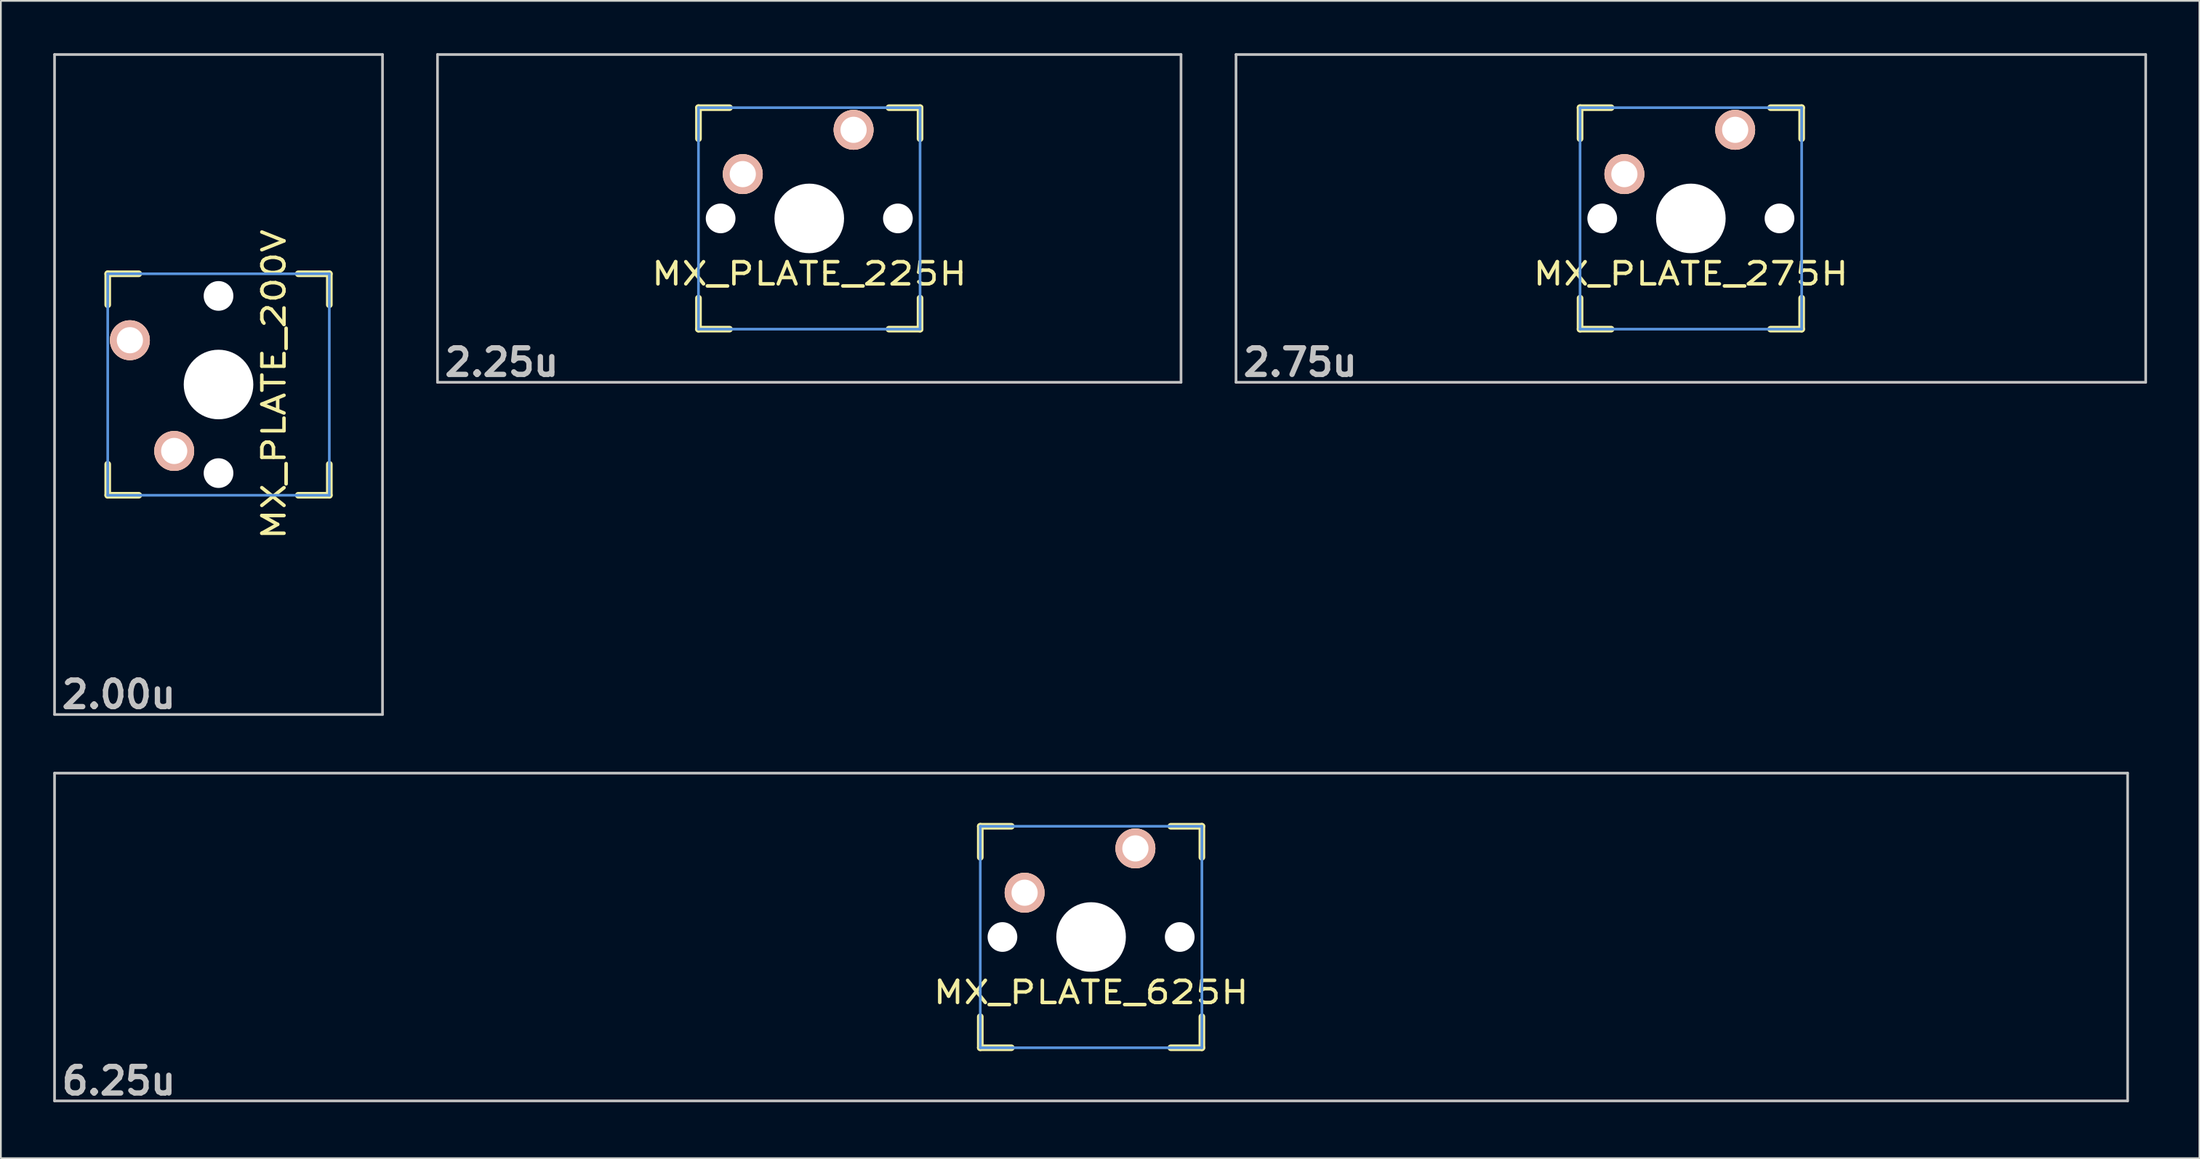
<source format=kicad_pcb>
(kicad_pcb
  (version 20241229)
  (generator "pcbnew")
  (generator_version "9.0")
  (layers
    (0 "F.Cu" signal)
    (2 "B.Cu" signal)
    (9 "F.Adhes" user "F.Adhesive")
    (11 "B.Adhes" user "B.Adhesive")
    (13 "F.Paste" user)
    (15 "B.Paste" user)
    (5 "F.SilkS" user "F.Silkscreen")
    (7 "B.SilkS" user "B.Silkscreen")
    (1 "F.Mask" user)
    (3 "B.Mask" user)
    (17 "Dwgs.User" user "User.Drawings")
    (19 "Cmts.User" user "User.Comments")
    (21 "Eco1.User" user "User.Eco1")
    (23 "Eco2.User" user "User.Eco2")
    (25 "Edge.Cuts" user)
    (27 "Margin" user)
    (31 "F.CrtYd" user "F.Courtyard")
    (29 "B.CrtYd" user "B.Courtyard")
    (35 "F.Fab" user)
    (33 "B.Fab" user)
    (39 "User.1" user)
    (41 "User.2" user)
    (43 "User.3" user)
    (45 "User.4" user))
  (footprint "MX_PLATE_225H"
    (layer "F.Cu")
    (at 43.33 9.474)
    (property "Reference" "MX_PLATE_225H" (at 0 3.175 0) (layer "F.SilkS") (effects (font (size 1.27 1.524) (thickness 0.203))))
    (attr through_hole)
    (fp_line (start -6.35 -6.35) (end -4.572 -6.35) (stroke (width 0.381) (type solid)) (layer "F.SilkS"))
    (fp_line (start -6.35 -4.572) (end -6.35 -6.35) (stroke (width 0.381) (type solid)) (layer "F.SilkS"))
    (fp_line (start -6.35 6.35) (end -6.35 4.572) (stroke (width 0.381) (type solid)) (layer "F.SilkS"))
    (fp_line (start -4.572 6.35) (end -6.35 6.35) (stroke (width 0.381) (type solid)) (layer "F.SilkS"))
    (fp_line (start 4.572 -6.35) (end 6.35 -6.35) (stroke (width 0.381) (type solid)) (layer "F.SilkS"))
    (fp_line (start 6.35 -6.35) (end 6.35 -4.572) (stroke (width 0.381) (type solid)) (layer "F.SilkS"))
    (fp_line (start 6.35 4.572) (end 6.35 6.35) (stroke (width 0.381) (type solid)) (layer "F.SilkS"))
    (fp_line (start 6.35 6.35) (end 4.572 6.35) (stroke (width 0.381) (type solid)) (layer "F.SilkS"))
    (fp_line (start -21.306 -9.398) (end 21.306 -9.398) (stroke (width 0.152) (type solid)) (layer "Dwgs.User"))
    (fp_line (start -21.306 9.398) (end -21.306 -9.398) (stroke (width 0.152) (type solid)) (layer "Dwgs.User"))
    (fp_line (start 21.306 -9.398) (end 21.306 9.398) (stroke (width 0.152) (type solid)) (layer "Dwgs.User"))
    (fp_line (start 21.306 9.398) (end -21.306 9.398) (stroke (width 0.152) (type solid)) (layer "Dwgs.User"))
    (fp_line (start -6.35 -6.35) (end 6.35 -6.35) (stroke (width 0.152) (type solid)) (layer "Cmts.User"))
    (fp_line (start -6.35 6.35) (end -6.35 -6.35) (stroke (width 0.152) (type solid)) (layer "Cmts.User"))
    (fp_line (start 6.35 -6.35) (end 6.35 6.35) (stroke (width 0.152) (type solid)) (layer "Cmts.User"))
    (fp_line (start 6.35 6.35) (end -6.35 6.35) (stroke (width 0.152) (type solid)) (layer "Cmts.User"))
    (fp_text user "2.25u" (at -17.623 8.255 0) (layer "Dwgs.User") (effects (font (size 1.524 1.524) (thickness 0.305))))
    (pad "" np_thru_hole circle (at -5.08 0) (size 1.702 1.702) (drill 1.702) (layers "*.Cu"))
    (pad "" np_thru_hole circle (at 0 0) (size 3.988 3.988) (drill 3.988) (layers "*.Cu"))
    (pad "" np_thru_hole circle (at 5.08 0) (size 1.702 1.702) (drill 1.702) (layers "*.Cu"))
    (pad "1" thru_hole circle (at 2.54 -5.08) (size 2.286 2.286) (drill 1.499) (layers "*.Cu" "*.SilkS" "*.Mask"))
    (pad "2" thru_hole circle (at -3.81 -2.54) (size 2.286 2.286) (drill 1.499) (layers "*.Cu" "*.SilkS" "*.Mask")))
  (footprint "MX_PLATE_625H"
    (layer "F.Cu")
    (at 59.482 50.68)
    (property "Reference" "MX_PLATE_625H" (at 0 3.175 0) (layer "F.SilkS") (effects (font (size 1.27 1.524) (thickness 0.203))))
    (attr through_hole)
    (fp_line (start -6.35 -6.35) (end -4.572 -6.35) (stroke (width 0.381) (type solid)) (layer "F.SilkS"))
    (fp_line (start -6.35 -4.572) (end -6.35 -6.35) (stroke (width 0.381) (type solid)) (layer "F.SilkS"))
    (fp_line (start -6.35 6.35) (end -6.35 4.572) (stroke (width 0.381) (type solid)) (layer "F.SilkS"))
    (fp_line (start -4.572 6.35) (end -6.35 6.35) (stroke (width 0.381) (type solid)) (layer "F.SilkS"))
    (fp_line (start 4.572 -6.35) (end 6.35 -6.35) (stroke (width 0.381) (type solid)) (layer "F.SilkS"))
    (fp_line (start 6.35 -6.35) (end 6.35 -4.572) (stroke (width 0.381) (type solid)) (layer "F.SilkS"))
    (fp_line (start 6.35 4.572) (end 6.35 6.35) (stroke (width 0.381) (type solid)) (layer "F.SilkS"))
    (fp_line (start 6.35 6.35) (end 4.572 6.35) (stroke (width 0.381) (type solid)) (layer "F.SilkS"))
    (fp_line (start -59.406 -9.398) (end 59.406 -9.398) (stroke (width 0.152) (type solid)) (layer "Dwgs.User"))
    (fp_line (start -59.406 9.398) (end -59.406 -9.398) (stroke (width 0.152) (type solid)) (layer "Dwgs.User"))
    (fp_line (start 59.406 -9.398) (end 59.406 9.398) (stroke (width 0.152) (type solid)) (layer "Dwgs.User"))
    (fp_line (start 59.406 9.398) (end -59.406 9.398) (stroke (width 0.152) (type solid)) (layer "Dwgs.User"))
    (fp_line (start -6.35 -6.35) (end 6.35 -6.35) (stroke (width 0.152) (type solid)) (layer "Cmts.User"))
    (fp_line (start -6.35 6.35) (end -6.35 -6.35) (stroke (width 0.152) (type solid)) (layer "Cmts.User"))
    (fp_line (start 6.35 -6.35) (end 6.35 6.35) (stroke (width 0.152) (type solid)) (layer "Cmts.User"))
    (fp_line (start 6.35 6.35) (end -6.35 6.35) (stroke (width 0.152) (type solid)) (layer "Cmts.User"))
    (fp_text user "6.25u" (at -55.723 8.255 0) (layer "Dwgs.User") (effects (font (size 1.524 1.524) (thickness 0.305))))
    (pad "" np_thru_hole circle (at -5.08 0) (size 1.702 1.702) (drill 1.702) (layers "*.Cu"))
    (pad "" np_thru_hole circle (at 0 0) (size 3.988 3.988) (drill 3.988) (layers "*.Cu"))
    (pad "" np_thru_hole circle (at 5.08 0) (size 1.702 1.702) (drill 1.702) (layers "*.Cu"))
    (pad "1" thru_hole circle (at 2.54 -5.08) (size 2.286 2.286) (drill 1.499) (layers "*.Cu" "*.SilkS" "*.Mask"))
    (pad "2" thru_hole circle (at -3.81 -2.54) (size 2.286 2.286) (drill 1.499) (layers "*.Cu" "*.SilkS" "*.Mask")))
  (footprint "MX_PLATE_275H"
    (layer "F.Cu")
    (at 93.856 9.474)
    (property "Reference" "MX_PLATE_275H" (at 0 3.175 0) (layer "F.SilkS") (effects (font (size 1.27 1.524) (thickness 0.203))))
    (attr through_hole)
    (fp_line (start -6.35 -6.35) (end -4.572 -6.35) (stroke (width 0.381) (type solid)) (layer "F.SilkS"))
    (fp_line (start -6.35 -4.572) (end -6.35 -6.35) (stroke (width 0.381) (type solid)) (layer "F.SilkS"))
    (fp_line (start -6.35 6.35) (end -6.35 4.572) (stroke (width 0.381) (type solid)) (layer "F.SilkS"))
    (fp_line (start -4.572 6.35) (end -6.35 6.35) (stroke (width 0.381) (type solid)) (layer "F.SilkS"))
    (fp_line (start 4.572 -6.35) (end 6.35 -6.35) (stroke (width 0.381) (type solid)) (layer "F.SilkS"))
    (fp_line (start 6.35 -6.35) (end 6.35 -4.572) (stroke (width 0.381) (type solid)) (layer "F.SilkS"))
    (fp_line (start 6.35 4.572) (end 6.35 6.35) (stroke (width 0.381) (type solid)) (layer "F.SilkS"))
    (fp_line (start 6.35 6.35) (end 4.572 6.35) (stroke (width 0.381) (type solid)) (layer "F.SilkS"))
    (fp_line (start -26.068 -9.398) (end 26.068 -9.398) (stroke (width 0.152) (type solid)) (layer "Dwgs.User"))
    (fp_line (start -26.068 9.398) (end -26.068 -9.398) (stroke (width 0.152) (type solid)) (layer "Dwgs.User"))
    (fp_line (start 26.068 -9.398) (end 26.068 9.398) (stroke (width 0.152) (type solid)) (layer "Dwgs.User"))
    (fp_line (start 26.068 9.398) (end -26.068 9.398) (stroke (width 0.152) (type solid)) (layer "Dwgs.User"))
    (fp_line (start -6.35 -6.35) (end 6.35 -6.35) (stroke (width 0.152) (type solid)) (layer "Cmts.User"))
    (fp_line (start -6.35 6.35) (end -6.35 -6.35) (stroke (width 0.152) (type solid)) (layer "Cmts.User"))
    (fp_line (start 6.35 -6.35) (end 6.35 6.35) (stroke (width 0.152) (type solid)) (layer "Cmts.User"))
    (fp_line (start 6.35 6.35) (end -6.35 6.35) (stroke (width 0.152) (type solid)) (layer "Cmts.User"))
    (fp_text user "2.75u" (at -22.385 8.255 0) (layer "Dwgs.User") (effects (font (size 1.524 1.524) (thickness 0.305))))
    (pad "" np_thru_hole circle (at -5.08 0) (size 1.702 1.702) (drill 1.702) (layers "*.Cu"))
    (pad "" np_thru_hole circle (at 0 0) (size 3.988 3.988) (drill 3.988) (layers "*.Cu"))
    (pad "" np_thru_hole circle (at 5.08 0) (size 1.702 1.702) (drill 1.702) (layers "*.Cu"))
    (pad "1" thru_hole circle (at 2.54 -5.08) (size 2.286 2.286) (drill 1.499) (layers "*.Cu" "*.SilkS" "*.Mask"))
    (pad "2" thru_hole circle (at -3.81 -2.54) (size 2.286 2.286) (drill 1.499) (layers "*.Cu" "*.SilkS" "*.Mask")))
  (footprint "MX_PLATE_200V"
    (layer "F.Cu")
    (at 9.474 18.999)
    (property "Reference" "MX_PLATE_200V" (at 3.175 0 90) (layer "F.SilkS") (effects (font (size 1.27 1.524) (thickness 0.203))))
    (attr through_hole)
    (fp_line (start -6.35 -6.35) (end -4.572 -6.35) (stroke (width 0.381) (type solid)) (layer "F.SilkS"))
    (fp_line (start -6.35 -4.572) (end -6.35 -6.35) (stroke (width 0.381) (type solid)) (layer "F.SilkS"))
    (fp_line (start -6.35 6.35) (end -6.35 4.572) (stroke (width 0.381) (type solid)) (layer "F.SilkS"))
    (fp_line (start -4.572 6.35) (end -6.35 6.35) (stroke (width 0.381) (type solid)) (layer "F.SilkS"))
    (fp_line (start 4.572 -6.35) (end 6.35 -6.35) (stroke (width 0.381) (type solid)) (layer "F.SilkS"))
    (fp_line (start 6.35 -6.35) (end 6.35 -4.572) (stroke (width 0.381) (type solid)) (layer "F.SilkS"))
    (fp_line (start 6.35 4.572) (end 6.35 6.35) (stroke (width 0.381) (type solid)) (layer "F.SilkS"))
    (fp_line (start 6.35 6.35) (end 4.572 6.35) (stroke (width 0.381) (type solid)) (layer "F.SilkS"))
    (fp_line (start -9.398 -18.923) (end 9.398 -18.923) (stroke (width 0.152) (type solid)) (layer "Dwgs.User"))
    (fp_line (start -9.398 18.923) (end -9.398 -18.923) (stroke (width 0.152) (type solid)) (layer "Dwgs.User"))
    (fp_line (start 9.398 -18.923) (end 9.398 18.923) (stroke (width 0.152) (type solid)) (layer "Dwgs.User"))
    (fp_line (start 9.398 18.923) (end -9.398 18.923) (stroke (width 0.152) (type solid)) (layer "Dwgs.User"))
    (fp_line (start -6.35 -6.35) (end 6.35 -6.35) (stroke (width 0.152) (type solid)) (layer "Cmts.User"))
    (fp_line (start -6.35 6.35) (end -6.35 -6.35) (stroke (width 0.152) (type solid)) (layer "Cmts.User"))
    (fp_line (start 6.35 -6.35) (end 6.35 6.35) (stroke (width 0.152) (type solid)) (layer "Cmts.User"))
    (fp_line (start 6.35 6.35) (end -6.35 6.35) (stroke (width 0.152) (type solid)) (layer "Cmts.User"))
    (fp_text user "2.00u" (at -5.715 17.78 0) (layer "Dwgs.User") (effects (font (size 1.524 1.524) (thickness 0.305))))
    (pad "" np_thru_hole circle (at 0 -5.08 90) (size 1.702 1.702) (drill 1.702) (layers "*.Cu"))
    (pad "" np_thru_hole circle (at 0 0 90) (size 3.988 3.988) (drill 3.988) (layers "*.Cu"))
    (pad "" np_thru_hole circle (at 0 5.08 90) (size 1.702 1.702) (drill 1.702) (layers "*.Cu"))
    (pad "1" thru_hole circle (at -5.08 -2.54 90) (size 2.286 2.286) (drill 1.499) (layers "*.Cu" "*.SilkS" "*.Mask"))
    (pad "2" thru_hole circle (at -2.54 3.81 90) (size 2.286 2.286) (drill 1.499) (layers "*.Cu" "*.SilkS" "*.Mask")))
  (gr_rect
    (start -3 -3)
    (end 123 63.361)
    (stroke (width 0.1) (type default))
    (fill no)
    (layer "Edge.Cuts")))
</source>
